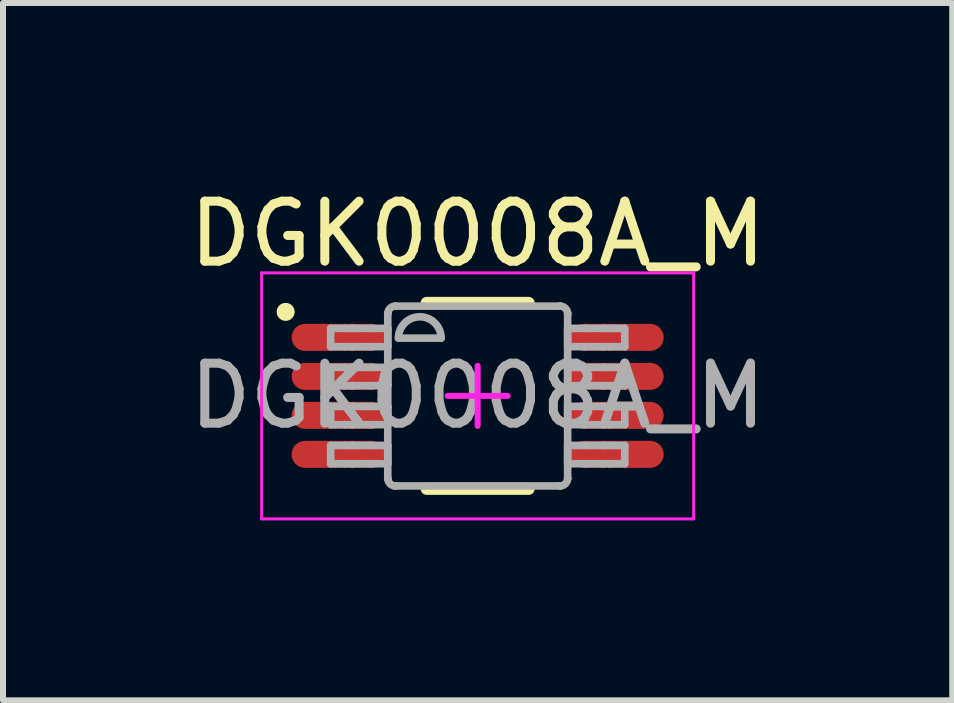
<source format=kicad_pcb>
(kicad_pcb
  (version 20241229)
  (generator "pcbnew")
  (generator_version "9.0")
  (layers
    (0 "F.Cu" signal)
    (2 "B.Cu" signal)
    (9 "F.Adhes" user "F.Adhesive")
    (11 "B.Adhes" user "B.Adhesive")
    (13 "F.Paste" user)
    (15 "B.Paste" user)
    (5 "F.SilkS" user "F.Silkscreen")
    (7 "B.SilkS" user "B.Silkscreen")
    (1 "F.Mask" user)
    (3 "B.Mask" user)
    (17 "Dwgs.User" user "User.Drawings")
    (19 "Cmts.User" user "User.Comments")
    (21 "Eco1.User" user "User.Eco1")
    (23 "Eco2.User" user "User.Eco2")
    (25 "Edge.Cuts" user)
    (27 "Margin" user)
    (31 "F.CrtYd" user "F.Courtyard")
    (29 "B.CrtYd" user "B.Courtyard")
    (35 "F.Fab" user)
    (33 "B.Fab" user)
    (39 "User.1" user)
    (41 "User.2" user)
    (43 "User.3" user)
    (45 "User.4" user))
  (footprint "DGK0008A_M"
    (layer "F.Cu")
    (at 4.911 3.548)
    (property "Reference" "DGK0008A_M" (at 0 -2.7 0) (unlocked yes) (layer "F.SilkS") (effects (font (size 1 1) (thickness 0.15))))
    (attr smd)
    (fp_line (start -0.85 -1.55) (end 0.85 -1.55) (stroke (width 0.2) (type solid)) (layer "F.SilkS"))
    (fp_line (start -0.85 1.55) (end 0.85 1.55) (stroke (width 0.2) (type solid)) (layer "F.SilkS"))
    (fp_circle (center -3.2 -1.4) (end -3.1 -1.4) (stroke (width 0.1) (type solid)) (fill yes) (layer "F.SilkS"))
    (fp_line (start -3.6 -2.05) (end 3.6 -2.05) (stroke (width 0.05) (type solid)) (layer "F.CrtYd"))
    (fp_line (start -3.6 2.05) (end -3.6 -2.05) (stroke (width 0.05) (type solid)) (layer "F.CrtYd"))
    (fp_line (start -3.6 2.05) (end 3.6 2.05) (stroke (width 0.05) (type solid)) (layer "F.CrtYd"))
    (fp_line (start -0.5 0) (end 0.5 0) (stroke (width 0.1) (type solid)) (layer "F.CrtYd"))
    (fp_line (start 0 0.5) (end 0 -0.5) (stroke (width 0.1) (type solid)) (layer "F.CrtYd"))
    (fp_line (start 3.6 2.05) (end 3.6 -2.05) (stroke (width 0.05) (type solid)) (layer "F.CrtYd"))
    (fp_line (start -2.45 -1.125) (end -2.21 -1.125) (stroke (width 0.127) (type solid)) (layer "F.Fab"))
    (fp_line (start -2.45 -0.82) (end -2.45 -1.125) (stroke (width 0.127) (type solid)) (layer "F.Fab"))
    (fp_line (start -2.45 -0.82) (end -2.21 -0.82) (stroke (width 0.127) (type solid)) (layer "F.Fab"))
    (fp_line (start -2.45 -0.475) (end -2.21 -0.475) (stroke (width 0.127) (type solid)) (layer "F.Fab"))
    (fp_line (start -2.45 -0.17) (end -2.45 -0.475) (stroke (width 0.127) (type solid)) (layer "F.Fab"))
    (fp_line (start -2.45 -0.17) (end -2.21 -0.17) (stroke (width 0.127) (type solid)) (layer "F.Fab"))
    (fp_line (start -2.45 0.175) (end -2.21 0.175) (stroke (width 0.127) (type solid)) (layer "F.Fab"))
    (fp_line (start -2.45 0.48) (end -2.45 0.175) (stroke (width 0.127) (type solid)) (layer "F.Fab"))
    (fp_line (start -2.45 0.48) (end -2.21 0.48) (stroke (width 0.127) (type solid)) (layer "F.Fab"))
    (fp_line (start -2.45 0.826) (end -2.21 0.826) (stroke (width 0.127) (type solid)) (layer "F.Fab"))
    (fp_line (start -2.45 1.131) (end -2.45 0.826) (stroke (width 0.127) (type solid)) (layer "F.Fab"))
    (fp_line (start -2.45 1.131) (end -2.21 1.131) (stroke (width 0.127) (type solid)) (layer "F.Fab"))
    (fp_line (start -2.21 -1.125) (end -2.091 -1.125) (stroke (width 0.127) (type solid)) (layer "F.Fab"))
    (fp_line (start -2.21 -0.82) (end -2.091 -0.82) (stroke (width 0.127) (type solid)) (layer "F.Fab"))
    (fp_line (start -2.21 -0.475) (end -2.091 -0.475) (stroke (width 0.127) (type solid)) (layer "F.Fab"))
    (fp_line (start -2.21 -0.17) (end -2.091 -0.17) (stroke (width 0.127) (type solid)) (layer "F.Fab"))
    (fp_line (start -2.21 0.175) (end -2.091 0.175) (stroke (width 0.127) (type solid)) (layer "F.Fab"))
    (fp_line (start -2.21 0.48) (end -2.091 0.48) (stroke (width 0.127) (type solid)) (layer "F.Fab"))
    (fp_line (start -2.21 0.826) (end -2.091 0.826) (stroke (width 0.127) (type solid)) (layer "F.Fab"))
    (fp_line (start -2.21 1.131) (end -2.091 1.131) (stroke (width 0.127) (type solid)) (layer "F.Fab"))
    (fp_line (start -2.091 -1.125) (end -2.087 -1.125) (stroke (width 0.127) (type solid)) (layer "F.Fab"))
    (fp_line (start -2.091 -0.82) (end -2.087 -0.82) (stroke (width 0.127) (type solid)) (layer "F.Fab"))
    (fp_line (start -2.091 -0.475) (end -2.087 -0.475) (stroke (width 0.127) (type solid)) (layer "F.Fab"))
    (fp_line (start -2.091 -0.17) (end -2.087 -0.17) (stroke (width 0.127) (type solid)) (layer "F.Fab"))
    (fp_line (start -2.091 0.175) (end -2.087 0.175) (stroke (width 0.127) (type solid)) (layer "F.Fab"))
    (fp_line (start -2.091 0.48) (end -2.087 0.48) (stroke (width 0.127) (type solid)) (layer "F.Fab"))
    (fp_line (start -2.091 0.826) (end -2.087 0.826) (stroke (width 0.127) (type solid)) (layer "F.Fab"))
    (fp_line (start -2.091 1.131) (end -2.087 1.131) (stroke (width 0.127) (type solid)) (layer "F.Fab"))
    (fp_line (start -2.087 -1.125) (end -1.784 -1.125) (stroke (width 0.127) (type solid)) (layer "F.Fab"))
    (fp_line (start -2.087 -0.82) (end -1.784 -0.82) (stroke (width 0.127) (type solid)) (layer "F.Fab"))
    (fp_line (start -2.087 -0.475) (end -1.784 -0.475) (stroke (width 0.127) (type solid)) (layer "F.Fab"))
    (fp_line (start -2.087 -0.17) (end -1.784 -0.17) (stroke (width 0.127) (type solid)) (layer "F.Fab"))
    (fp_line (start -2.087 0.175) (end -1.784 0.175) (stroke (width 0.127) (type solid)) (layer "F.Fab"))
    (fp_line (start -2.087 0.48) (end -1.784 0.48) (stroke (width 0.127) (type solid)) (layer "F.Fab"))
    (fp_line (start -2.087 0.826) (end -1.784 0.826) (stroke (width 0.127) (type solid)) (layer "F.Fab"))
    (fp_line (start -2.087 1.131) (end -1.784 1.131) (stroke (width 0.127) (type solid)) (layer "F.Fab"))
    (fp_line (start -1.784 -1.125) (end -1.498 -1.125) (stroke (width 0.127) (type solid)) (layer "F.Fab"))
    (fp_line (start -1.784 -0.82) (end -1.498 -0.82) (stroke (width 0.127) (type solid)) (layer "F.Fab"))
    (fp_line (start -1.784 -0.475) (end -1.498 -0.475) (stroke (width 0.127) (type solid)) (layer "F.Fab"))
    (fp_line (start -1.784 -0.17) (end -1.498 -0.17) (stroke (width 0.127) (type solid)) (layer "F.Fab"))
    (fp_line (start -1.784 0.175) (end -1.498 0.175) (stroke (width 0.127) (type solid)) (layer "F.Fab"))
    (fp_line (start -1.784 0.48) (end -1.498 0.48) (stroke (width 0.127) (type solid)) (layer "F.Fab"))
    (fp_line (start -1.784 0.826) (end -1.498 0.826) (stroke (width 0.127) (type solid)) (layer "F.Fab"))
    (fp_line (start -1.784 1.131) (end -1.498 1.131) (stroke (width 0.127) (type solid)) (layer "F.Fab"))
    (fp_line (start -1.498 -1.369) (end -1.497 -1.372) (stroke (width 0.127) (type solid)) (layer "F.Fab"))
    (fp_line (start -1.498 -0.82) (end -1.498 -1.125) (stroke (width 0.127) (type solid)) (layer "F.Fab"))
    (fp_line (start -1.498 -0.17) (end -1.498 -0.475) (stroke (width 0.127) (type solid)) (layer "F.Fab"))
    (fp_line (start -1.498 0.48) (end -1.498 0.175) (stroke (width 0.127) (type solid)) (layer "F.Fab"))
    (fp_line (start -1.498 1.131) (end -1.498 0.826) (stroke (width 0.127) (type solid)) (layer "F.Fab"))
    (fp_line (start -1.498 1.374) (end -1.498 -1.369) (stroke (width 0.127) (type solid)) (layer "F.Fab"))
    (fp_line (start -1.498 1.374) (end -1.497 1.377) (stroke (width 0.127) (type solid)) (layer "F.Fab"))
    (fp_line (start -1.373 -1.496) (end -1.371 -1.496) (stroke (width 0.127) (type solid)) (layer "F.Fab"))
    (fp_line (start -1.373 1.501) (end -1.371 1.501) (stroke (width 0.127) (type solid)) (layer "F.Fab"))
    (fp_line (start -1.371 -1.496) (end 1.373 -1.496) (stroke (width 0.127) (type solid)) (layer "F.Fab"))
    (fp_line (start -1.371 1.501) (end 1.373 1.501) (stroke (width 0.127) (type solid)) (layer "F.Fab"))
    (fp_line (start -1.32 -0.962) (end -0.609 -0.962) (stroke (width 0.127) (type solid)) (layer "F.Fab"))
    (fp_line (start 1.373 -1.496) (end 1.375 -1.496) (stroke (width 0.127) (type solid)) (layer "F.Fab"))
    (fp_line (start 1.373 1.501) (end 1.375 1.501) (stroke (width 0.127) (type solid)) (layer "F.Fab"))
    (fp_line (start 1.5 -1.372) (end 1.5 -1.369) (stroke (width 0.127) (type solid)) (layer "F.Fab"))
    (fp_line (start 1.5 1.377) (end 1.5 1.374) (stroke (width 0.127) (type solid)) (layer "F.Fab"))
    (fp_line (start 1.5 -1.125) (end 1.786 -1.125) (stroke (width 0.127) (type solid)) (layer "F.Fab"))
    (fp_line (start 1.5 -0.82) (end 1.5 -1.125) (stroke (width 0.127) (type solid)) (layer "F.Fab"))
    (fp_line (start 1.5 -0.82) (end 1.786 -0.82) (stroke (width 0.127) (type solid)) (layer "F.Fab"))
    (fp_line (start 1.5 -0.475) (end 1.786 -0.475) (stroke (width 0.127) (type solid)) (layer "F.Fab"))
    (fp_line (start 1.5 -0.17) (end 1.5 -0.475) (stroke (width 0.127) (type solid)) (layer "F.Fab"))
    (fp_line (start 1.5 -0.17) (end 1.786 -0.17) (stroke (width 0.127) (type solid)) (layer "F.Fab"))
    (fp_line (start 1.5 0.175) (end 1.786 0.175) (stroke (width 0.127) (type solid)) (layer "F.Fab"))
    (fp_line (start 1.5 0.48) (end 1.5 0.175) (stroke (width 0.127) (type solid)) (layer "F.Fab"))
    (fp_line (start 1.5 0.48) (end 1.786 0.48) (stroke (width 0.127) (type solid)) (layer "F.Fab"))
    (fp_line (start 1.5 0.826) (end 1.786 0.826) (stroke (width 0.127) (type solid)) (layer "F.Fab"))
    (fp_line (start 1.5 1.131) (end 1.5 0.826) (stroke (width 0.127) (type solid)) (layer "F.Fab"))
    (fp_line (start 1.5 1.131) (end 1.786 1.131) (stroke (width 0.127) (type solid)) (layer "F.Fab"))
    (fp_line (start 1.5 1.374) (end 1.5 -1.369) (stroke (width 0.127) (type solid)) (layer "F.Fab"))
    (fp_line (start 1.786 -1.125) (end 2.089 -1.125) (stroke (width 0.127) (type solid)) (layer "F.Fab"))
    (fp_line (start 1.786 -0.82) (end 2.089 -0.82) (stroke (width 0.127) (type solid)) (layer "F.Fab"))
    (fp_line (start 1.786 -0.475) (end 2.089 -0.475) (stroke (width 0.127) (type solid)) (layer "F.Fab"))
    (fp_line (start 1.786 -0.17) (end 2.089 -0.17) (stroke (width 0.127) (type solid)) (layer "F.Fab"))
    (fp_line (start 1.786 0.175) (end 2.089 0.175) (stroke (width 0.127) (type solid)) (layer "F.Fab"))
    (fp_line (start 1.786 0.48) (end 2.089 0.48) (stroke (width 0.127) (type solid)) (layer "F.Fab"))
    (fp_line (start 1.786 0.826) (end 2.089 0.826) (stroke (width 0.127) (type solid)) (layer "F.Fab"))
    (fp_line (start 1.786 1.131) (end 2.089 1.131) (stroke (width 0.127) (type solid)) (layer "F.Fab"))
    (fp_line (start 2.089 -1.125) (end 2.093 -1.125) (stroke (width 0.127) (type solid)) (layer "F.Fab"))
    (fp_line (start 2.089 -0.82) (end 2.093 -0.82) (stroke (width 0.127) (type solid)) (layer "F.Fab"))
    (fp_line (start 2.089 -0.475) (end 2.093 -0.475) (stroke (width 0.127) (type solid)) (layer "F.Fab"))
    (fp_line (start 2.089 -0.17) (end 2.093 -0.17) (stroke (width 0.127) (type solid)) (layer "F.Fab"))
    (fp_line (start 2.089 0.175) (end 2.093 0.175) (stroke (width 0.127) (type solid)) (layer "F.Fab"))
    (fp_line (start 2.089 0.48) (end 2.093 0.48) (stroke (width 0.127) (type solid)) (layer "F.Fab"))
    (fp_line (start 2.089 0.826) (end 2.093 0.826) (stroke (width 0.127) (type solid)) (layer "F.Fab"))
    (fp_line (start 2.089 1.131) (end 2.093 1.131) (stroke (width 0.127) (type solid)) (layer "F.Fab"))
    (fp_line (start 2.093 -1.125) (end 2.213 -1.125) (stroke (width 0.127) (type solid)) (layer "F.Fab"))
    (fp_line (start 2.093 -0.82) (end 2.213 -0.82) (stroke (width 0.127) (type solid)) (layer "F.Fab"))
    (fp_line (start 2.093 -0.475) (end 2.213 -0.475) (stroke (width 0.127) (type solid)) (layer "F.Fab"))
    (fp_line (start 2.093 -0.17) (end 2.213 -0.17) (stroke (width 0.127) (type solid)) (layer "F.Fab"))
    (fp_line (start 2.093 0.175) (end 2.213 0.175) (stroke (width 0.127) (type solid)) (layer "F.Fab"))
    (fp_line (start 2.093 0.48) (end 2.213 0.48) (stroke (width 0.127) (type solid)) (layer "F.Fab"))
    (fp_line (start 2.093 0.826) (end 2.213 0.826) (stroke (width 0.127) (type solid)) (layer "F.Fab"))
    (fp_line (start 2.093 1.131) (end 2.213 1.131) (stroke (width 0.127) (type solid)) (layer "F.Fab"))
    (fp_line (start 2.213 -1.125) (end 2.452 -1.125) (stroke (width 0.127) (type solid)) (layer "F.Fab"))
    (fp_line (start 2.213 -0.82) (end 2.452 -0.82) (stroke (width 0.127) (type solid)) (layer "F.Fab"))
    (fp_line (start 2.213 -0.475) (end 2.452 -0.475) (stroke (width 0.127) (type solid)) (layer "F.Fab"))
    (fp_line (start 2.213 -0.17) (end 2.452 -0.17) (stroke (width 0.127) (type solid)) (layer "F.Fab"))
    (fp_line (start 2.213 0.175) (end 2.452 0.175) (stroke (width 0.127) (type solid)) (layer "F.Fab"))
    (fp_line (start 2.213 0.48) (end 2.452 0.48) (stroke (width 0.127) (type solid)) (layer "F.Fab"))
    (fp_line (start 2.213 0.826) (end 2.452 0.826) (stroke (width 0.127) (type solid)) (layer "F.Fab"))
    (fp_line (start 2.213 1.131) (end 2.452 1.131) (stroke (width 0.127) (type solid)) (layer "F.Fab"))
    (fp_line (start 2.452 -0.82) (end 2.452 -1.125) (stroke (width 0.127) (type solid)) (layer "F.Fab"))
    (fp_line (start 2.452 -0.17) (end 2.452 -0.475) (stroke (width 0.127) (type solid)) (layer "F.Fab"))
    (fp_line (start 2.452 0.48) (end 2.452 0.175) (stroke (width 0.127) (type solid)) (layer "F.Fab"))
    (fp_line (start 2.452 1.131) (end 2.452 0.826) (stroke (width 0.127) (type solid)) (layer "F.Fab"))
    (fp_arc (start -1.497476 -1.371582) (mid -1.460306 -1.458644) (end -1.373243 -1.495814) (stroke (width 0.127) (type solid)) (layer "F.Fab"))
    (fp_arc (start -1.373243 1.501336) (mid -1.460306 1.464166) (end -1.497476 1.377104) (stroke (width 0.127) (type solid)) (layer "F.Fab"))
    (fp_arc (start -1.3197 -0.962439) (mid -0.9641 -1.318039) (end -0.6085 -0.962439) (stroke (width 0.127) (type solid)) (layer "F.Fab"))
    (fp_arc (start 1.375443 -1.495814) (mid 1.462505 -1.458644) (end 1.499675 -1.371582) (stroke (width 0.127) (type solid)) (layer "F.Fab"))
    (fp_arc (start 1.499675 1.377104) (mid 1.462505 1.464166) (end 1.375443 1.501336) (stroke (width 0.127) (type solid)) (layer "F.Fab"))
    (fp_text user "${REFERENCE}" (at 0 0 0) (unlocked yes) (layer "F.Fab") (effects (font (size 1 1) (thickness 0.15))))
    (pad "1" smd oval (at -2.325 -0.975 90) (size 0.45 1.55) (layers "F.Cu" "F.Mask" "F.Paste"))
    (pad "2" smd oval (at -2.325 -0.325 90) (size 0.45 1.55) (layers "F.Cu" "F.Mask" "F.Paste"))
    (pad "3" smd oval (at -2.325 0.325 90) (size 0.45 1.55) (layers "F.Cu" "F.Mask" "F.Paste"))
    (pad "4" smd oval (at -2.325 0.975 90) (size 0.45 1.55) (layers "F.Cu" "F.Mask" "F.Paste"))
    (pad "5" smd oval (at 2.325 0.975 90) (size 0.45 1.55) (layers "F.Cu" "F.Mask" "F.Paste"))
    (pad "6" smd oval (at 2.325 0.325 90) (size 0.45 1.55) (layers "F.Cu" "F.Mask" "F.Paste"))
    (pad "7" smd oval (at 2.325 -0.325 90) (size 0.45 1.55) (layers "F.Cu" "F.Mask" "F.Paste"))
    (pad "8" smd oval (at 2.325 -0.975 90) (size 0.45 1.55) (layers "F.Cu" "F.Mask" "F.Paste")))
  (gr_rect
    (start -3 -3)
    (end 12.821 8.623)
    (stroke (width 0.1) (type default))
    (fill no)
    (layer "Edge.Cuts")))
</source>
